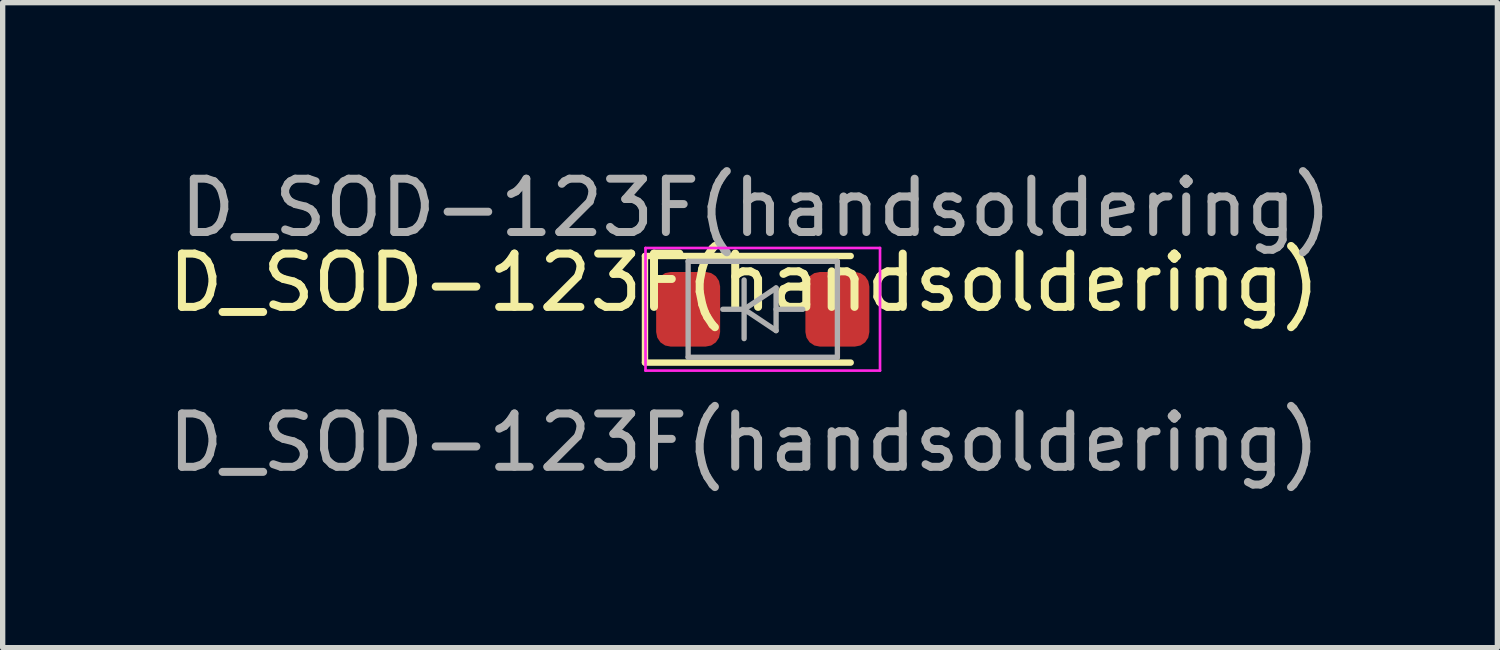
<source format=kicad_pcb>
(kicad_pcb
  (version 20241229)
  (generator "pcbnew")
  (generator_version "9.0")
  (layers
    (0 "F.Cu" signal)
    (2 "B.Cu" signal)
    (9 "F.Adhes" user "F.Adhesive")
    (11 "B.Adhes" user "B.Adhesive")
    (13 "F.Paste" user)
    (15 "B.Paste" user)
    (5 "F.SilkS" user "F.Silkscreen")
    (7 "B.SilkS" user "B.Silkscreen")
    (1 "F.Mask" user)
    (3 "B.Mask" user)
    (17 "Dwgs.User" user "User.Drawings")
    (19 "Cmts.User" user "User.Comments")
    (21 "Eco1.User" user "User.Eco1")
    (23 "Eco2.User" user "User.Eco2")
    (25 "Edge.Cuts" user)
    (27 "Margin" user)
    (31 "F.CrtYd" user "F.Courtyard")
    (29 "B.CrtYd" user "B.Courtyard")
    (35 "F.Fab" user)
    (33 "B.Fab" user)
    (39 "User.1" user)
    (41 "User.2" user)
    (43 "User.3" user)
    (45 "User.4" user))
  (footprint "D_SOD-123F(handsoldering)"
    (layer "F.Cu")
    (at 10.911 2.753)
    (property "Reference" "D_SOD-123F(handsoldering)" (at 0 -0.5 0) (unlocked yes) (layer "F.SilkS") (effects (font (size 1 1) (thickness 0.15))))
    (attr smd)
    (fp_line (start -1.86 -1) (end -1.86 1) (stroke (width 0.12) (type solid)) (layer "F.SilkS"))
    (fp_line (start -1.86 -1) (end 2 -1) (stroke (width 0.12) (type solid)) (layer "F.SilkS"))
    (fp_line (start -1.86 1) (end 2 1) (stroke (width 0.12) (type solid)) (layer "F.SilkS"))
    (fp_line (start -1.85 -1.15) (end -1.85 1.15) (stroke (width 0.05) (type solid)) (layer "F.CrtYd"))
    (fp_line (start -1.85 -1.15) (end 2.55 -1.15) (stroke (width 0.05) (type solid)) (layer "F.CrtYd"))
    (fp_line (start 2.55 -1.15) (end 2.55 1.15) (stroke (width 0.05) (type solid)) (layer "F.CrtYd"))
    (fp_line (start 2.55 1.15) (end -1.85 1.15) (stroke (width 0.05) (type solid)) (layer "F.CrtYd"))
    (fp_line (start -1.05 -0.9) (end 1.75 -0.9) (stroke (width 0.1) (type solid)) (layer "F.Fab"))
    (fp_line (start -1.05 0.9) (end -1.05 -0.9) (stroke (width 0.1) (type solid)) (layer "F.Fab"))
    (fp_line (start -0.4 0) (end 0 0) (stroke (width 0.1) (type solid)) (layer "F.Fab"))
    (fp_line (start 0 0) (end 0 -0.55) (stroke (width 0.1) (type solid)) (layer "F.Fab"))
    (fp_line (start 0 0) (end 0 0.55) (stroke (width 0.1) (type solid)) (layer "F.Fab"))
    (fp_line (start 0 0) (end 0.6 -0.4) (stroke (width 0.1) (type solid)) (layer "F.Fab"))
    (fp_line (start 0.6 -0.4) (end 0.6 0.4) (stroke (width 0.1) (type solid)) (layer "F.Fab"))
    (fp_line (start 0.6 0) (end 1.1 0) (stroke (width 0.1) (type solid)) (layer "F.Fab"))
    (fp_line (start 0.6 0.4) (end 0 0) (stroke (width 0.1) (type solid)) (layer "F.Fab"))
    (fp_line (start 1.75 -0.9) (end 1.75 0.9) (stroke (width 0.1) (type solid)) (layer "F.Fab"))
    (fp_line (start 1.75 0.9) (end -1.05 0.9) (stroke (width 0.1) (type solid)) (layer "F.Fab"))
    (fp_text user "${REFERENCE}" (at 0.223 -1.905 0) (layer "F.Fab") (effects (font (size 1 1) (thickness 0.15))))
    (fp_text user "${REFERENCE}" (at 0 2.5 0) (unlocked yes) (layer "F.Fab") (effects (font (size 1 1) (thickness 0.15))))
    (pad "1" smd roundrect (at -1.05 0) (size 1.2 1.4) (layers "F.Cu" "F.Mask" "F.Paste") (roundrect_rratio 0.227))
    (pad "2" smd roundrect (at 1.75 0) (size 1.2 1.4) (layers "F.Cu" "F.Mask" "F.Paste") (roundrect_rratio 0.227)))
  (gr_rect
    (start -3 -3)
    (end 25.044 9.101)
    (stroke (width 0.1) (type default))
    (fill no)
    (layer "Edge.Cuts")))
</source>
